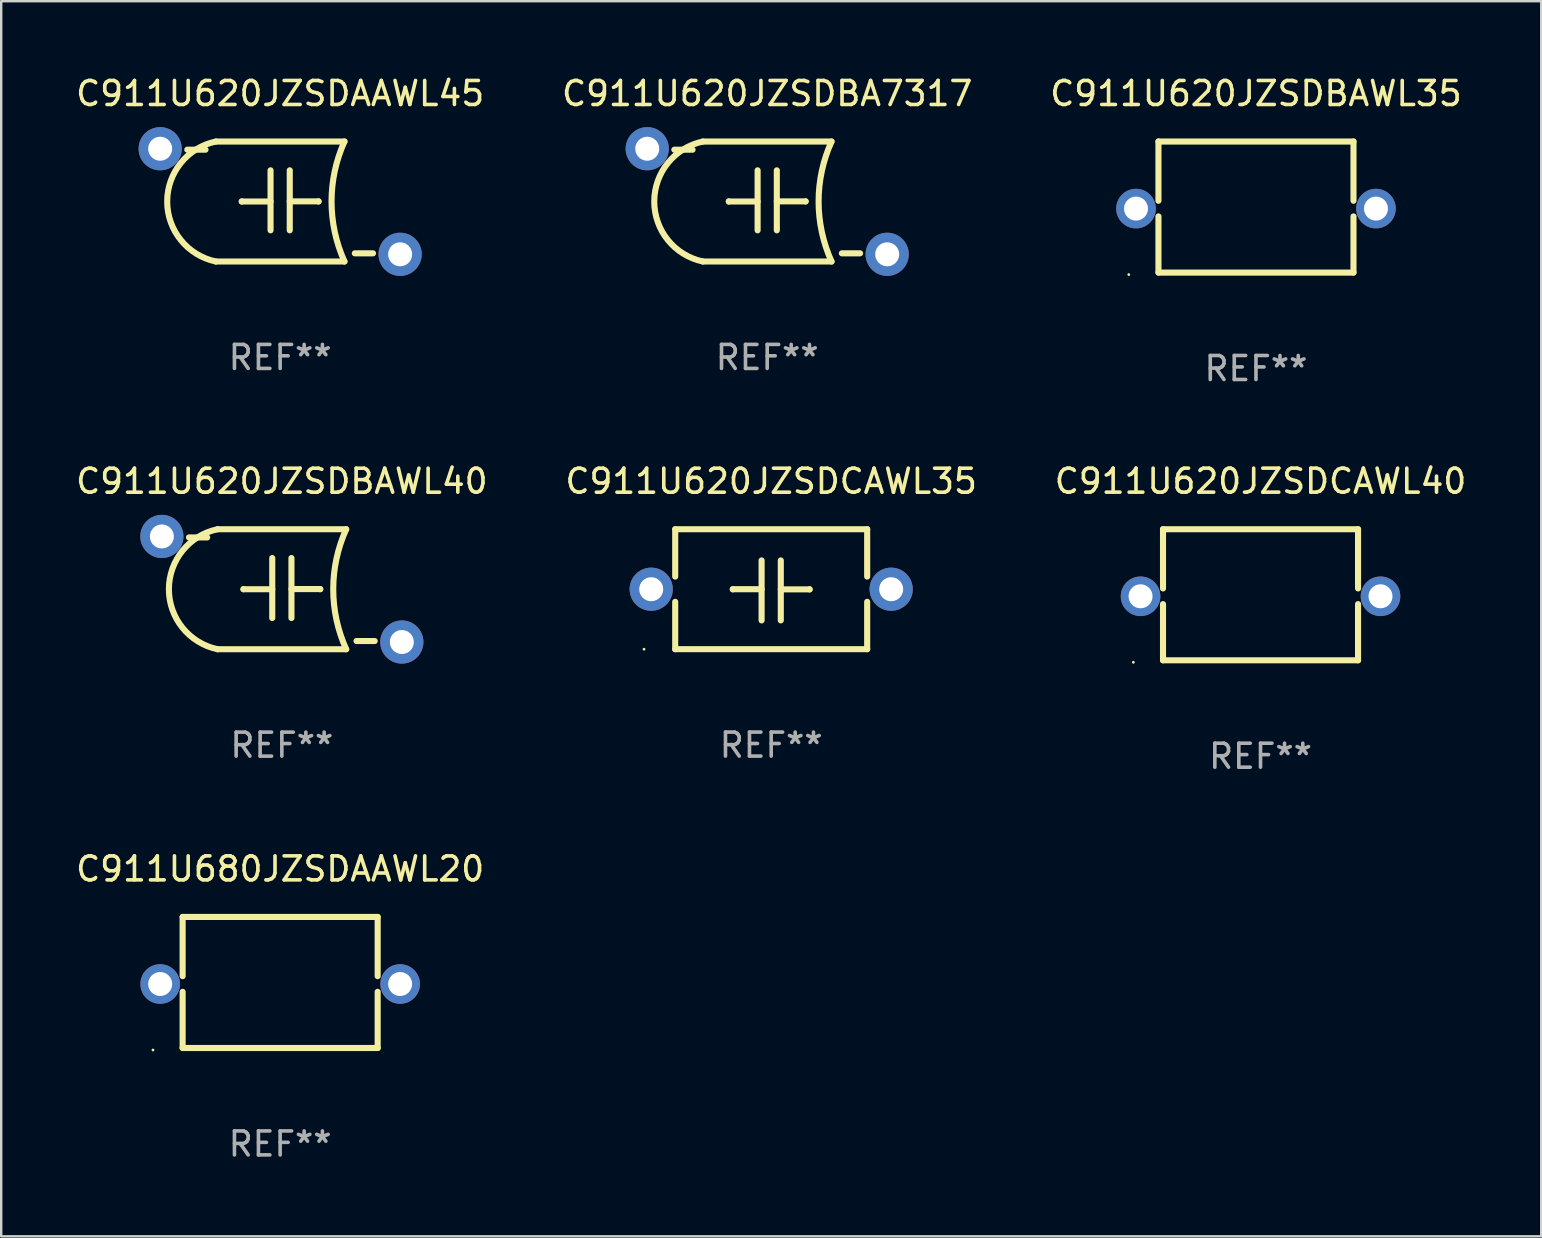
<source format=kicad_pcb>
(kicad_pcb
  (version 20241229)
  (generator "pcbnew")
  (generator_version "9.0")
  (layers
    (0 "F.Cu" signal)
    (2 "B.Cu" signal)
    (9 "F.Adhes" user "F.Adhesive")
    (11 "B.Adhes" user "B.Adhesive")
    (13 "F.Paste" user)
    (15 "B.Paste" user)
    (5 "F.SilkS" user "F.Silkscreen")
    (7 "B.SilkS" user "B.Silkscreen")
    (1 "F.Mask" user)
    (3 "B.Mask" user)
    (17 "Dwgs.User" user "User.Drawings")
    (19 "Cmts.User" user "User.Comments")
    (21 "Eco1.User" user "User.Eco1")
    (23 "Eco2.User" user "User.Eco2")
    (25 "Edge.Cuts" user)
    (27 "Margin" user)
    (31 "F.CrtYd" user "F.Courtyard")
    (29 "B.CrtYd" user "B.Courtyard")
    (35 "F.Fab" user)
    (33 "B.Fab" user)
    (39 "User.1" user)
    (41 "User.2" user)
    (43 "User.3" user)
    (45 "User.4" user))
  (footprint "C911U620JZSDBA7317"
    (layer "F.Cu")
    (at 28.923 5.348)
    (property "Reference" "C911U620JZSDBA7317" (at 0 -4.5 0) (layer "F.SilkS") (effects (font (size 1 1) (thickness 0.15))))
    (attr through_hole)
    (fp_line (start -3.87 -2.159) (end -3.111 -2.159) (stroke (width 0.254) (type solid)) (layer "F.SilkS"))
    (fp_line (start -2.681 -2.5) (end 2.681 -2.5) (stroke (width 0.254) (type solid)) (layer "F.SilkS"))
    (fp_line (start -2.681 2.5) (end 2.681 2.5) (stroke (width 0.254) (type solid)) (layer "F.SilkS"))
    (fp_line (start -1.6 0) (end -1.6 -0.007) (stroke (width 0.254) (type solid)) (layer "F.SilkS"))
    (fp_line (start -0.4 -1.3) (end -0.4 1.2) (stroke (width 0.254) (type solid)) (layer "F.SilkS"))
    (fp_line (start -0.4 0) (end -1.6 0) (stroke (width 0.254) (type solid)) (layer "F.SilkS"))
    (fp_line (start 0.4 -0.007) (end 1.6 -0.007) (stroke (width 0.254) (type solid)) (layer "F.SilkS"))
    (fp_line (start 0.4 1.2) (end 0.4 -1.3) (stroke (width 0.254) (type solid)) (layer "F.SilkS"))
    (fp_line (start 1.6 -0.007) (end 1.6 0) (stroke (width 0.254) (type solid)) (layer "F.SilkS"))
    (fp_line (start 3.87 2.159) (end 3.111 2.159) (stroke (width 0.254) (type solid)) (layer "F.SilkS"))
    (fp_arc (start -2.680848 2.5) (mid -4.707561 0) (end -2.680849 -2.5) (stroke (width 0.254001) (type solid)) (layer "F.SilkS"))
    (fp_arc (start 2.680848 2.5) (mid 2.141873 0) (end 2.680848 -2.5) (stroke (width 0.254001) (type solid)) (layer "F.SilkS"))
    (fp_circle (center -5.3 -2.51) (end -5.27 -2.51) (stroke (width 0.06) (type solid)) (fill no) (layer "F.SilkS"))
    (fp_text user "REF**" (at 0 6.5 0) (layer "F.Fab") (effects (font (size 1 1) (thickness 0.15))))
    (pad "1" thru_hole circle (at -5 -2.2) (size 1.8 1.8) (drill 1) (layers "*.Cu" "*.Mask"))
    (pad "2" thru_hole circle (at 5 2.2) (size 1.8 1.8) (drill 1) (layers "*.Cu" "*.Mask")))
  (footprint "C911U680JZSDAAWL20"
    (layer "F.Cu")
    (at 8.625 37.894)
    (property "Reference" "C911U680JZSDAAWL20" (at 0 -4.731 0) (layer "F.SilkS") (effects (font (size 1 1) (thickness 0.15))))
    (attr through_hole)
    (fp_line (start -4.064 -2.731) (end -4.064 -0.263) (stroke (width 0.254) (type solid)) (layer "F.SilkS"))
    (fp_line (start -4.064 0.39) (end -4.064 2.731) (stroke (width 0.254) (type solid)) (layer "F.SilkS"))
    (fp_line (start -4.064 2.731) (end 4.064 2.731) (stroke (width 0.254) (type solid)) (layer "F.SilkS"))
    (fp_line (start 4.064 -2.731) (end -4.064 -2.731) (stroke (width 0.254) (type solid)) (layer "F.SilkS"))
    (fp_line (start 4.064 -0.263) (end 4.064 -2.731) (stroke (width 0.254) (type solid)) (layer "F.SilkS"))
    (fp_line (start 4.064 2.731) (end 4.064 0.39) (stroke (width 0.254) (type solid)) (layer "F.SilkS"))
    (fp_circle (center -5.3 2.814) (end -5.27 2.814) (stroke (width 0.06) (type solid)) (fill no) (layer "F.SilkS"))
    (fp_text user "REF**" (at 0 6.731 0) (layer "F.Fab") (effects (font (size 1 1) (thickness 0.15))))
    (pad "1" thru_hole circle (at -5 0.064) (size 1.65 1.65) (drill 1) (layers "*.Cu" "*.Mask"))
    (pad "2" thru_hole circle (at 5 0.064) (size 1.65 1.65) (drill 1) (layers "*.Cu" "*.Mask")))
  (footprint "C911U620JZSDBAWL35"
    (layer "F.Cu")
    (at 49.292 5.579)
    (property "Reference" "C911U620JZSDBAWL35" (at 0 -4.731 0) (layer "F.SilkS") (effects (font (size 1 1) (thickness 0.15))))
    (attr through_hole)
    (fp_line (start -4.064 -2.731) (end -4.064 -0.263) (stroke (width 0.254) (type solid)) (layer "F.SilkS"))
    (fp_line (start -4.064 0.39) (end -4.064 2.731) (stroke (width 0.254) (type solid)) (layer "F.SilkS"))
    (fp_line (start -4.064 2.731) (end 4.064 2.731) (stroke (width 0.254) (type solid)) (layer "F.SilkS"))
    (fp_line (start 4.064 -2.731) (end -4.064 -2.731) (stroke (width 0.254) (type solid)) (layer "F.SilkS"))
    (fp_line (start 4.064 -0.263) (end 4.064 -2.731) (stroke (width 0.254) (type solid)) (layer "F.SilkS"))
    (fp_line (start 4.064 2.731) (end 4.064 0.39) (stroke (width 0.254) (type solid)) (layer "F.SilkS"))
    (fp_circle (center -5.3 2.814) (end -5.27 2.814) (stroke (width 0.06) (type solid)) (fill no) (layer "F.SilkS"))
    (fp_text user "REF**" (at 0 6.731 0) (layer "F.Fab") (effects (font (size 1 1) (thickness 0.15))))
    (pad "1" thru_hole circle (at -5 0.064) (size 1.65 1.65) (drill 1) (layers "*.Cu" "*.Mask"))
    (pad "2" thru_hole circle (at 5 0.064) (size 1.65 1.65) (drill 1) (layers "*.Cu" "*.Mask")))
  (footprint "C911U620JZSDBAWL40"
    (layer "F.Cu")
    (at 8.696 21.506)
    (property "Reference" "C911U620JZSDBAWL40" (at 0 -4.5 0) (layer "F.SilkS") (effects (font (size 1 1) (thickness 0.15))))
    (attr through_hole)
    (fp_line (start -3.87 -2.159) (end -3.111 -2.159) (stroke (width 0.254) (type solid)) (layer "F.SilkS"))
    (fp_line (start -2.681 -2.5) (end 2.681 -2.5) (stroke (width 0.254) (type solid)) (layer "F.SilkS"))
    (fp_line (start -2.681 2.5) (end 2.681 2.5) (stroke (width 0.254) (type solid)) (layer "F.SilkS"))
    (fp_line (start -1.6 0) (end -1.6 -0.007) (stroke (width 0.254) (type solid)) (layer "F.SilkS"))
    (fp_line (start -0.4 -1.3) (end -0.4 1.2) (stroke (width 0.254) (type solid)) (layer "F.SilkS"))
    (fp_line (start -0.4 0) (end -1.6 0) (stroke (width 0.254) (type solid)) (layer "F.SilkS"))
    (fp_line (start 0.4 -0.007) (end 1.6 -0.007) (stroke (width 0.254) (type solid)) (layer "F.SilkS"))
    (fp_line (start 0.4 1.2) (end 0.4 -1.3) (stroke (width 0.254) (type solid)) (layer "F.SilkS"))
    (fp_line (start 1.6 -0.007) (end 1.6 0) (stroke (width 0.254) (type solid)) (layer "F.SilkS"))
    (fp_line (start 3.87 2.159) (end 3.111 2.159) (stroke (width 0.254) (type solid)) (layer "F.SilkS"))
    (fp_arc (start -2.680848 2.5) (mid -4.707561 0) (end -2.680849 -2.5) (stroke (width 0.254001) (type solid)) (layer "F.SilkS"))
    (fp_arc (start 2.680848 2.5) (mid 2.141873 0) (end 2.680848 -2.5) (stroke (width 0.254001) (type solid)) (layer "F.SilkS"))
    (fp_circle (center -5.3 -2.51) (end -5.27 -2.51) (stroke (width 0.06) (type solid)) (fill no) (layer "F.SilkS"))
    (fp_text user "REF**" (at 0 6.5 0) (layer "F.Fab") (effects (font (size 1 1) (thickness 0.15))))
    (pad "1" thru_hole circle (at -5 -2.2) (size 1.8 1.8) (drill 1) (layers "*.Cu" "*.Mask"))
    (pad "2" thru_hole circle (at 5 2.2) (size 1.8 1.8) (drill 1) (layers "*.Cu" "*.Mask")))
  (footprint "C911U620JZSDCAWL40"
    (layer "F.Cu")
    (at 49.482 21.736)
    (property "Reference" "C911U620JZSDCAWL40" (at 0 -4.731 0) (layer "F.SilkS") (effects (font (size 1 1) (thickness 0.15))))
    (attr through_hole)
    (fp_line (start -4.064 -2.731) (end -4.064 -0.263) (stroke (width 0.254) (type solid)) (layer "F.SilkS"))
    (fp_line (start -4.064 0.39) (end -4.064 2.731) (stroke (width 0.254) (type solid)) (layer "F.SilkS"))
    (fp_line (start -4.064 2.731) (end 4.064 2.731) (stroke (width 0.254) (type solid)) (layer "F.SilkS"))
    (fp_line (start 4.064 -2.731) (end -4.064 -2.731) (stroke (width 0.254) (type solid)) (layer "F.SilkS"))
    (fp_line (start 4.064 -0.263) (end 4.064 -2.731) (stroke (width 0.254) (type solid)) (layer "F.SilkS"))
    (fp_line (start 4.064 2.731) (end 4.064 0.39) (stroke (width 0.254) (type solid)) (layer "F.SilkS"))
    (fp_circle (center -5.3 2.814) (end -5.27 2.814) (stroke (width 0.06) (type solid)) (fill no) (layer "F.SilkS"))
    (fp_text user "REF**" (at 0 6.731 0) (layer "F.Fab") (effects (font (size 1 1) (thickness 0.15))))
    (pad "1" thru_hole circle (at -5 0.064) (size 1.65 1.65) (drill 1) (layers "*.Cu" "*.Mask"))
    (pad "2" thru_hole circle (at 5 0.064) (size 1.65 1.65) (drill 1) (layers "*.Cu" "*.Mask")))
  (footprint "C911U620JZSDCAWL35"
    (layer "F.Cu")
    (at 29.089 21.505)
    (property "Reference" "C911U620JZSDCAWL35" (at 0 -4.499 0) (layer "F.SilkS") (effects (font (size 1 1) (thickness 0.15))))
    (attr through_hole)
    (fp_line (start -4 -2.499) (end -4 -0.526) (stroke (width 0.254) (type solid)) (layer "F.SilkS"))
    (fp_line (start -4 -2.499) (end 4 -2.499) (stroke (width 0.254) (type solid)) (layer "F.SilkS"))
    (fp_line (start -4 0.526) (end -4 2.499) (stroke (width 0.254) (type solid)) (layer "F.SilkS"))
    (fp_line (start -1.6 0) (end -1.6 0.007) (stroke (width 0.254) (type solid)) (layer "F.SilkS"))
    (fp_line (start -0.4 0) (end -1.6 0) (stroke (width 0.254) (type solid)) (layer "F.SilkS"))
    (fp_line (start -0.4 1.3) (end -0.4 -1.2) (stroke (width 0.254) (type solid)) (layer "F.SilkS"))
    (fp_line (start 0.4 -1.2) (end 0.4 1.3) (stroke (width 0.254) (type solid)) (layer "F.SilkS"))
    (fp_line (start 0.4 0.007) (end 1.6 0.007) (stroke (width 0.254) (type solid)) (layer "F.SilkS"))
    (fp_line (start 1.6 0.007) (end 1.6 0) (stroke (width 0.254) (type solid)) (layer "F.SilkS"))
    (fp_line (start 4 -2.499) (end 4 -0.526) (stroke (width 0.254) (type solid)) (layer "F.SilkS"))
    (fp_line (start 4 0.526) (end 4 2.499) (stroke (width 0.254) (type solid)) (layer "F.SilkS"))
    (fp_line (start 4 2.499) (end -4 2.499) (stroke (width 0.254) (type solid)) (layer "F.SilkS"))
    (fp_circle (center -5.3 2.5) (end -5.27 2.5) (stroke (width 0.06) (type solid)) (fill no) (layer "F.SilkS"))
    (fp_text user "REF**" (at 0 6.499 0) (layer "F.Fab") (effects (font (size 1 1) (thickness 0.15))))
    (pad "1" thru_hole circle (at -5 0) (size 1.8 1.8) (drill 1) (layers "*.Cu" "*.Mask"))
    (pad "2" thru_hole circle (at 5 0) (size 1.8 1.8) (drill 1) (layers "*.Cu" "*.Mask")))
  (footprint "C911U620JZSDAAWL45"
    (layer "F.Cu")
    (at 8.625 5.348)
    (property "Reference" "C911U620JZSDAAWL45" (at 0 -4.5 0) (layer "F.SilkS") (effects (font (size 1 1) (thickness 0.15))))
    (attr through_hole)
    (fp_line (start -3.87 -2.159) (end -3.111 -2.159) (stroke (width 0.254) (type solid)) (layer "F.SilkS"))
    (fp_line (start -2.681 -2.5) (end 2.681 -2.5) (stroke (width 0.254) (type solid)) (layer "F.SilkS"))
    (fp_line (start -2.681 2.5) (end 2.681 2.5) (stroke (width 0.254) (type solid)) (layer "F.SilkS"))
    (fp_line (start -1.6 0) (end -1.6 -0.007) (stroke (width 0.254) (type solid)) (layer "F.SilkS"))
    (fp_line (start -0.4 -1.3) (end -0.4 1.2) (stroke (width 0.254) (type solid)) (layer "F.SilkS"))
    (fp_line (start -0.4 0) (end -1.6 0) (stroke (width 0.254) (type solid)) (layer "F.SilkS"))
    (fp_line (start 0.4 -0.007) (end 1.6 -0.007) (stroke (width 0.254) (type solid)) (layer "F.SilkS"))
    (fp_line (start 0.4 1.2) (end 0.4 -1.3) (stroke (width 0.254) (type solid)) (layer "F.SilkS"))
    (fp_line (start 1.6 -0.007) (end 1.6 0) (stroke (width 0.254) (type solid)) (layer "F.SilkS"))
    (fp_line (start 3.87 2.159) (end 3.111 2.159) (stroke (width 0.254) (type solid)) (layer "F.SilkS"))
    (fp_arc (start -2.680848 2.5) (mid -4.707561 0) (end -2.680849 -2.5) (stroke (width 0.254001) (type solid)) (layer "F.SilkS"))
    (fp_arc (start 2.680848 2.5) (mid 2.141873 0) (end 2.680848 -2.5) (stroke (width 0.254001) (type solid)) (layer "F.SilkS"))
    (fp_circle (center -5.3 -2.51) (end -5.27 -2.51) (stroke (width 0.06) (type solid)) (fill no) (layer "F.SilkS"))
    (fp_text user "REF**" (at 0 6.5 0) (layer "F.Fab") (effects (font (size 1 1) (thickness 0.15))))
    (pad "1" thru_hole circle (at -5 -2.2) (size 1.8 1.8) (drill 1) (layers "*.Cu" "*.Mask"))
    (pad "2" thru_hole circle (at 5 2.2) (size 1.8 1.8) (drill 1) (layers "*.Cu" "*.Mask")))
  (gr_rect
    (start -3 -3)
    (end 61.179 48.473)
    (stroke (width 0.1) (type default))
    (fill no)
    (layer "Edge.Cuts")))
</source>
